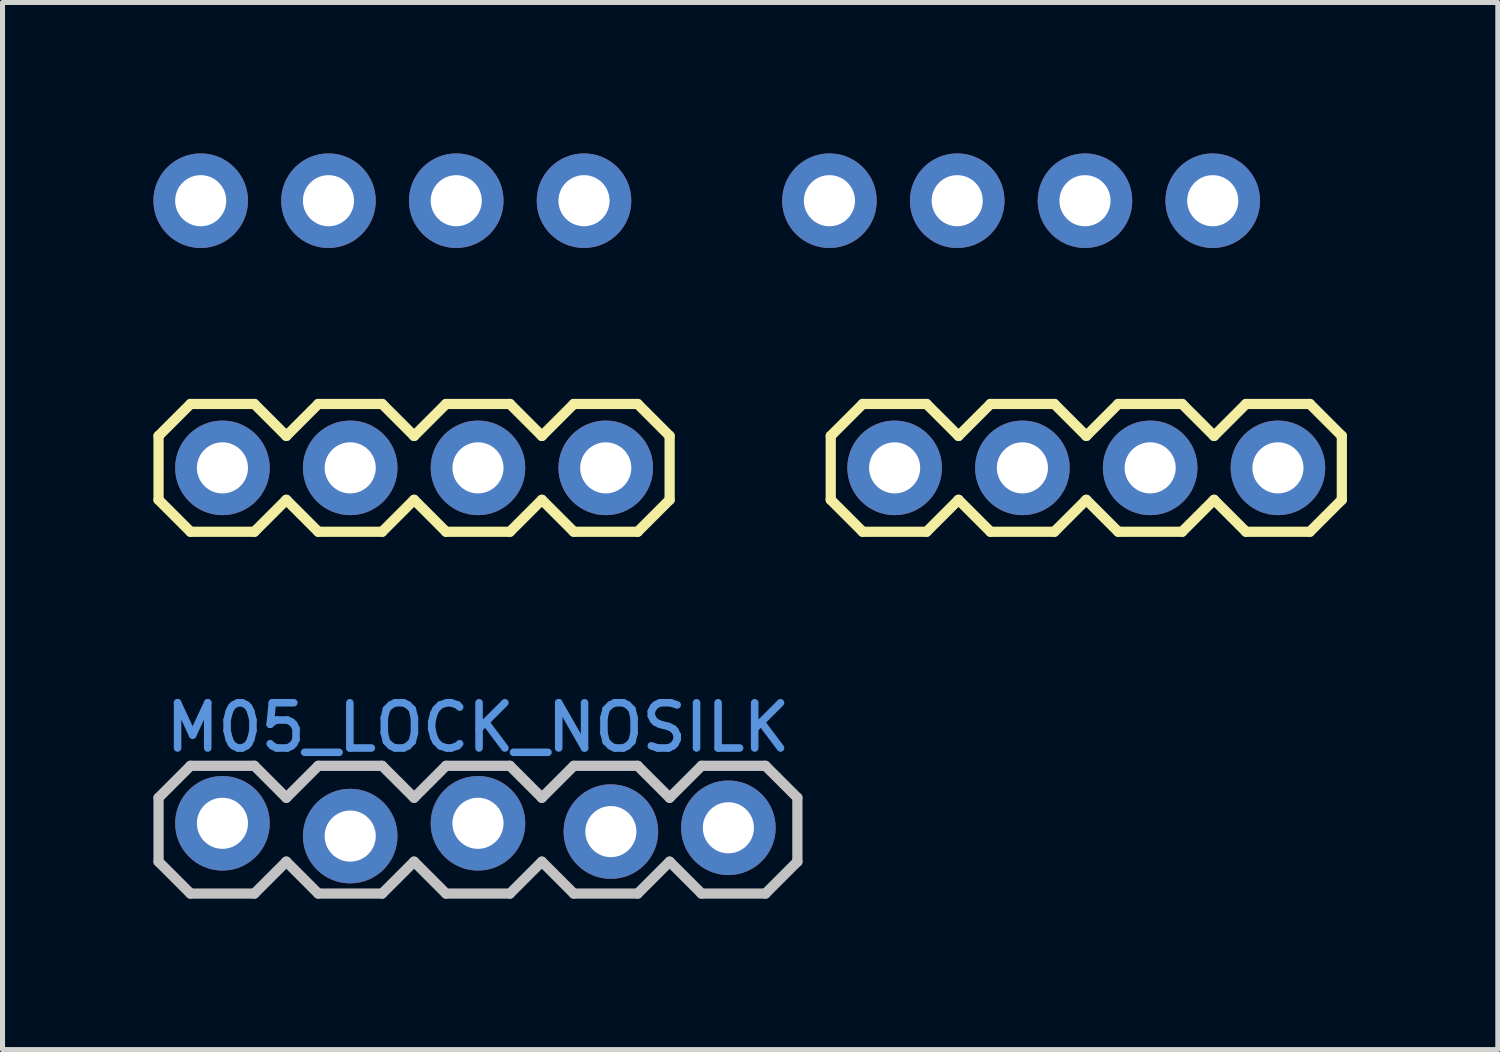
<source format=kicad_pcb>
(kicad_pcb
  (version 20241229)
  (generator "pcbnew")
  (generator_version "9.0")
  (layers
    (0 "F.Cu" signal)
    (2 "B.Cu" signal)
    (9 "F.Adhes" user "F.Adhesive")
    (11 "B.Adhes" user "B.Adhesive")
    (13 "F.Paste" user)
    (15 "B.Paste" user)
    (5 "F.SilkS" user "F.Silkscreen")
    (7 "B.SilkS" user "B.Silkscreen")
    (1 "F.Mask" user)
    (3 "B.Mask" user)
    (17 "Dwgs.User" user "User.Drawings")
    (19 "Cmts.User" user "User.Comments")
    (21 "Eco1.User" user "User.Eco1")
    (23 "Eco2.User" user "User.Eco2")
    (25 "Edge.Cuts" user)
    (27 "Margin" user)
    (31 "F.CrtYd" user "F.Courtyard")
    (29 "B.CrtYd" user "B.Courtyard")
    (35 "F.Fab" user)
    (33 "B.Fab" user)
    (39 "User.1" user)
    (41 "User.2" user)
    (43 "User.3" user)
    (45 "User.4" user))
  (footprint "M04_SILK"
    (layer "F.Cu")
    (at 5.182 6.251)
    (property "Reference" "M04_SILK" (at 0 0 0) (layer "Cmts.User") (effects (font (size 0.001 0.001) (thickness 0.000001))))
    (attr through_hole)
    (fp_line (start -5.08 -0.635) (end -5.08 0.635) (stroke (width 0.203) (type solid)) (layer "F.SilkS"))
    (fp_line (start -5.08 0.635) (end -4.445 1.27) (stroke (width 0.203) (type solid)) (layer "F.SilkS"))
    (fp_line (start -4.445 -1.27) (end -5.08 -0.635) (stroke (width 0.203) (type solid)) (layer "F.SilkS"))
    (fp_line (start -4.445 -1.27) (end -3.175 -1.27) (stroke (width 0.203) (type solid)) (layer "F.SilkS"))
    (fp_line (start -3.175 -1.27) (end -2.54 -0.635) (stroke (width 0.203) (type solid)) (layer "F.SilkS"))
    (fp_line (start -3.175 1.27) (end -4.445 1.27) (stroke (width 0.203) (type solid)) (layer "F.SilkS"))
    (fp_line (start -2.54 -0.635) (end -1.905 -1.27) (stroke (width 0.203) (type solid)) (layer "F.SilkS"))
    (fp_line (start -2.54 0.635) (end -3.175 1.27) (stroke (width 0.203) (type solid)) (layer "F.SilkS"))
    (fp_line (start -1.905 -1.27) (end -0.635 -1.27) (stroke (width 0.203) (type solid)) (layer "F.SilkS"))
    (fp_line (start -1.905 1.27) (end -2.54 0.635) (stroke (width 0.203) (type solid)) (layer "F.SilkS"))
    (fp_line (start -0.635 -1.27) (end 0 -0.635) (stroke (width 0.203) (type solid)) (layer "F.SilkS"))
    (fp_line (start -0.635 1.27) (end -1.905 1.27) (stroke (width 0.203) (type solid)) (layer "F.SilkS"))
    (fp_line (start 0 -0.635) (end 0.635 -1.27) (stroke (width 0.203) (type solid)) (layer "F.SilkS"))
    (fp_line (start 0 0.635) (end -0.635 1.27) (stroke (width 0.203) (type solid)) (layer "F.SilkS"))
    (fp_line (start 0.635 -1.27) (end 1.905 -1.27) (stroke (width 0.203) (type solid)) (layer "F.SilkS"))
    (fp_line (start 0.635 1.27) (end 0 0.635) (stroke (width 0.203) (type solid)) (layer "F.SilkS"))
    (fp_line (start 1.905 -1.27) (end 2.54 -0.635) (stroke (width 0.203) (type solid)) (layer "F.SilkS"))
    (fp_line (start 1.905 1.27) (end 0.635 1.27) (stroke (width 0.203) (type solid)) (layer "F.SilkS"))
    (fp_line (start 2.54 0.635) (end 1.905 1.27) (stroke (width 0.203) (type solid)) (layer "F.SilkS"))
    (fp_line (start 2.54 0.635) (end 3.175 1.27) (stroke (width 0.203) (type solid)) (layer "F.SilkS"))
    (fp_line (start 3.175 -1.27) (end 2.54 -0.635) (stroke (width 0.203) (type solid)) (layer "F.SilkS"))
    (fp_line (start 3.175 -1.27) (end 4.445 -1.27) (stroke (width 0.203) (type solid)) (layer "F.SilkS"))
    (fp_line (start 4.445 -1.27) (end 5.08 -0.635) (stroke (width 0.203) (type solid)) (layer "F.SilkS"))
    (fp_line (start 4.445 1.27) (end 3.175 1.27) (stroke (width 0.203) (type solid)) (layer "F.SilkS"))
    (fp_line (start 5.08 -0.635) (end 5.08 0.635) (stroke (width 0.203) (type solid)) (layer "F.SilkS"))
    (fp_line (start 5.08 0.635) (end 4.445 1.27) (stroke (width 0.203) (type solid)) (layer "F.SilkS"))
    (fp_line (start -4.064 -0.254) (end -4.064 0.254) (stroke (width 0.127) (type solid)) (layer "Cmts.User"))
    (fp_line (start -4.064 0.254) (end -3.556 0.254) (stroke (width 0.127) (type solid)) (layer "Cmts.User"))
    (fp_line (start -3.556 -0.254) (end -4.064 -0.254) (stroke (width 0.127) (type solid)) (layer "Cmts.User"))
    (fp_line (start -3.556 0.254) (end -3.556 -0.254) (stroke (width 0.127) (type solid)) (layer "Cmts.User"))
    (fp_line (start -1.524 -0.254) (end -1.524 0.254) (stroke (width 0.127) (type solid)) (layer "Cmts.User"))
    (fp_line (start -1.524 0.254) (end -1.016 0.254) (stroke (width 0.127) (type solid)) (layer "Cmts.User"))
    (fp_line (start -1.016 -0.254) (end -1.524 -0.254) (stroke (width 0.127) (type solid)) (layer "Cmts.User"))
    (fp_line (start -1.016 0.254) (end -1.016 -0.254) (stroke (width 0.127) (type solid)) (layer "Cmts.User"))
    (fp_line (start 1.016 -0.254) (end 1.016 0.254) (stroke (width 0.127) (type solid)) (layer "Cmts.User"))
    (fp_line (start 1.016 0.254) (end 1.524 0.254) (stroke (width 0.127) (type solid)) (layer "Cmts.User"))
    (fp_line (start 1.524 -0.254) (end 1.016 -0.254) (stroke (width 0.127) (type solid)) (layer "Cmts.User"))
    (fp_line (start 1.524 0.254) (end 1.524 -0.254) (stroke (width 0.127) (type solid)) (layer "Cmts.User"))
    (fp_line (start 3.556 -0.254) (end 3.556 0.254) (stroke (width 0.127) (type solid)) (layer "Cmts.User"))
    (fp_line (start 3.556 0.254) (end 4.064 0.254) (stroke (width 0.127) (type solid)) (layer "Cmts.User"))
    (fp_line (start 4.064 -0.254) (end 3.556 -0.254) (stroke (width 0.127) (type solid)) (layer "Cmts.User"))
    (fp_line (start 4.064 0.254) (end 4.064 -0.254) (stroke (width 0.127) (type solid)) (layer "Cmts.User"))
    (pad "1" thru_hole oval (at -3.81 0 90) (size 1.88 1.88) (drill 1.016) (layers "*.Cu" "*.Mask"))
    (pad "2" thru_hole oval (at -1.27 0 90) (size 1.88 1.88) (drill 1.016) (layers "*.Cu" "*.Mask"))
    (pad "3" thru_hole oval (at 1.27 0 90) (size 1.88 1.88) (drill 1.016) (layers "*.Cu" "*.Mask"))
    (pad "4" thru_hole oval (at 3.81 0 90) (size 1.88 1.88) (drill 1.016) (layers "*.Cu" "*.Mask")))
  (footprint "M04_NOSILK_1SQ"
    (layer "F.Cu")
    (at 17.249 0.94)
    (property "Reference" "M04_NOSILK_1SQ" (at 0 0 0) (layer "Cmts.User") (effects (font (size 0.001 0.001) (thickness 0.000001))))
    (attr through_hole)
    (fp_line (start -4.064 -0.254) (end -4.064 0.254) (stroke (width 0.127) (type solid)) (layer "Cmts.User"))
    (fp_line (start -4.064 0.254) (end -3.556 0.254) (stroke (width 0.127) (type solid)) (layer "Cmts.User"))
    (fp_line (start -3.556 -0.254) (end -4.064 -0.254) (stroke (width 0.127) (type solid)) (layer "Cmts.User"))
    (fp_line (start -3.556 0.254) (end -3.556 -0.254) (stroke (width 0.127) (type solid)) (layer "Cmts.User"))
    (fp_line (start -1.524 -0.254) (end -1.524 0.254) (stroke (width 0.127) (type solid)) (layer "Cmts.User"))
    (fp_line (start -1.524 0.254) (end -1.016 0.254) (stroke (width 0.127) (type solid)) (layer "Cmts.User"))
    (fp_line (start -1.016 -0.254) (end -1.524 -0.254) (stroke (width 0.127) (type solid)) (layer "Cmts.User"))
    (fp_line (start -1.016 0.254) (end -1.016 -0.254) (stroke (width 0.127) (type solid)) (layer "Cmts.User"))
    (fp_line (start 1.016 -0.254) (end 1.016 0.254) (stroke (width 0.127) (type solid)) (layer "Cmts.User"))
    (fp_line (start 1.016 0.254) (end 1.524 0.254) (stroke (width 0.127) (type solid)) (layer "Cmts.User"))
    (fp_line (start 1.524 -0.254) (end 1.016 -0.254) (stroke (width 0.127) (type solid)) (layer "Cmts.User"))
    (fp_line (start 1.524 0.254) (end 1.524 -0.254) (stroke (width 0.127) (type solid)) (layer "Cmts.User"))
    (fp_line (start 3.556 -0.254) (end 3.556 0.254) (stroke (width 0.127) (type solid)) (layer "Cmts.User"))
    (fp_line (start 3.556 0.254) (end 4.064 0.254) (stroke (width 0.127) (type solid)) (layer "Cmts.User"))
    (fp_line (start 4.064 -0.254) (end 3.556 -0.254) (stroke (width 0.127) (type solid)) (layer "Cmts.User"))
    (fp_line (start 4.064 0.254) (end 4.064 -0.254) (stroke (width 0.127) (type solid)) (layer "Cmts.User"))
    (pad "1" thru_hole oval (at -3.81 0 90) (size 1.88 1.88) (drill 1.016) (layers "*.Cu" "*.Mask"))
    (pad "2" thru_hole oval (at -1.27 0 90) (size 1.88 1.88) (drill 1.016) (layers "*.Cu" "*.Mask"))
    (pad "3" thru_hole oval (at 1.27 0 90) (size 1.88 1.88) (drill 1.016) (layers "*.Cu" "*.Mask"))
    (pad "4" thru_hole oval (at 3.81 0 90) (size 1.88 1.88) (drill 1.016) (layers "*.Cu" "*.Mask")))
  (footprint "M05_LOCK_NOSILK"
    (layer "F.Cu")
    (at 6.452 13.444)
    (property "Reference" "M05_LOCK_NOSILK" (at 0 -2.032 0) (layer "Cmts.User") (effects (font (size 0.899 0.899) (thickness 0.15))))
    (attr exclude_from_pos_files exclude_from_bom)
    (fp_line (start -6.35 -0.635) (end -6.35 0.635) (stroke (width 0.203) (type solid)) (layer "Dwgs.User"))
    (fp_line (start -6.35 0.635) (end -5.715 1.27) (stroke (width 0.203) (type solid)) (layer "Dwgs.User"))
    (fp_line (start -5.715 -1.27) (end -6.35 -0.635) (stroke (width 0.203) (type solid)) (layer "Dwgs.User"))
    (fp_line (start -5.715 -1.27) (end -4.445 -1.27) (stroke (width 0.203) (type solid)) (layer "Dwgs.User"))
    (fp_line (start -5.334 -0.254) (end -4.826 -0.254) (stroke (width 0.066) (type solid)) (layer "Dwgs.User"))
    (fp_line (start -5.334 0.254) (end -5.334 -0.254) (stroke (width 0.066) (type solid)) (layer "Dwgs.User"))
    (fp_line (start -5.334 0.254) (end -4.826 0.254) (stroke (width 0.066) (type solid)) (layer "Dwgs.User"))
    (fp_line (start -4.826 0.254) (end -4.826 -0.254) (stroke (width 0.066) (type solid)) (layer "Dwgs.User"))
    (fp_line (start -4.445 -1.27) (end -3.81 -0.635) (stroke (width 0.203) (type solid)) (layer "Dwgs.User"))
    (fp_line (start -4.445 1.27) (end -5.715 1.27) (stroke (width 0.203) (type solid)) (layer "Dwgs.User"))
    (fp_line (start -3.81 -0.635) (end -3.175 -1.27) (stroke (width 0.203) (type solid)) (layer "Dwgs.User"))
    (fp_line (start -3.81 0.635) (end -4.445 1.27) (stroke (width 0.203) (type solid)) (layer "Dwgs.User"))
    (fp_line (start -3.175 -1.27) (end -1.905 -1.27) (stroke (width 0.203) (type solid)) (layer "Dwgs.User"))
    (fp_line (start -3.175 1.27) (end -3.81 0.635) (stroke (width 0.203) (type solid)) (layer "Dwgs.User"))
    (fp_line (start -2.794 -0.254) (end -2.286 -0.254) (stroke (width 0.066) (type solid)) (layer "Dwgs.User"))
    (fp_line (start -2.794 0.254) (end -2.794 -0.254) (stroke (width 0.066) (type solid)) (layer "Dwgs.User"))
    (fp_line (start -2.794 0.254) (end -2.286 0.254) (stroke (width 0.066) (type solid)) (layer "Dwgs.User"))
    (fp_line (start -2.286 0.254) (end -2.286 -0.254) (stroke (width 0.066) (type solid)) (layer "Dwgs.User"))
    (fp_line (start -1.905 -1.27) (end -1.27 -0.635) (stroke (width 0.203) (type solid)) (layer "Dwgs.User"))
    (fp_line (start -1.905 1.27) (end -3.175 1.27) (stroke (width 0.203) (type solid)) (layer "Dwgs.User"))
    (fp_line (start -1.27 -0.635) (end -0.635 -1.27) (stroke (width 0.203) (type solid)) (layer "Dwgs.User"))
    (fp_line (start -1.27 0.635) (end -1.905 1.27) (stroke (width 0.203) (type solid)) (layer "Dwgs.User"))
    (fp_line (start -0.635 -1.27) (end 0.635 -1.27) (stroke (width 0.203) (type solid)) (layer "Dwgs.User"))
    (fp_line (start -0.635 1.27) (end -1.27 0.635) (stroke (width 0.203) (type solid)) (layer "Dwgs.User"))
    (fp_line (start -0.254 -0.254) (end 0.254 -0.254) (stroke (width 0.066) (type solid)) (layer "Dwgs.User"))
    (fp_line (start -0.254 0.254) (end -0.254 -0.254) (stroke (width 0.066) (type solid)) (layer "Dwgs.User"))
    (fp_line (start -0.254 0.254) (end 0.254 0.254) (stroke (width 0.066) (type solid)) (layer "Dwgs.User"))
    (fp_line (start 0.254 0.254) (end 0.254 -0.254) (stroke (width 0.066) (type solid)) (layer "Dwgs.User"))
    (fp_line (start 0.635 -1.27) (end 1.27 -0.635) (stroke (width 0.203) (type solid)) (layer "Dwgs.User"))
    (fp_line (start 0.635 1.27) (end -0.635 1.27) (stroke (width 0.203) (type solid)) (layer "Dwgs.User"))
    (fp_line (start 1.27 0.635) (end 0.635 1.27) (stroke (width 0.203) (type solid)) (layer "Dwgs.User"))
    (fp_line (start 1.27 0.635) (end 1.905 1.27) (stroke (width 0.203) (type solid)) (layer "Dwgs.User"))
    (fp_line (start 1.905 -1.27) (end 1.27 -0.635) (stroke (width 0.203) (type solid)) (layer "Dwgs.User"))
    (fp_line (start 1.905 -1.27) (end 3.175 -1.27) (stroke (width 0.203) (type solid)) (layer "Dwgs.User"))
    (fp_line (start 2.286 -0.254) (end 2.794 -0.254) (stroke (width 0.066) (type solid)) (layer "Dwgs.User"))
    (fp_line (start 2.286 0.254) (end 2.286 -0.254) (stroke (width 0.066) (type solid)) (layer "Dwgs.User"))
    (fp_line (start 2.286 0.254) (end 2.794 0.254) (stroke (width 0.066) (type solid)) (layer "Dwgs.User"))
    (fp_line (start 2.794 0.254) (end 2.794 -0.254) (stroke (width 0.066) (type solid)) (layer "Dwgs.User"))
    (fp_line (start 3.175 -1.27) (end 3.81 -0.635) (stroke (width 0.203) (type solid)) (layer "Dwgs.User"))
    (fp_line (start 3.175 1.27) (end 1.905 1.27) (stroke (width 0.203) (type solid)) (layer "Dwgs.User"))
    (fp_line (start 3.81 -0.635) (end 4.445 -1.27) (stroke (width 0.203) (type solid)) (layer "Dwgs.User"))
    (fp_line (start 3.81 0.635) (end 3.175 1.27) (stroke (width 0.203) (type solid)) (layer "Dwgs.User"))
    (fp_line (start 4.445 -1.27) (end 5.715 -1.27) (stroke (width 0.203) (type solid)) (layer "Dwgs.User"))
    (fp_line (start 4.445 1.27) (end 3.81 0.635) (stroke (width 0.203) (type solid)) (layer "Dwgs.User"))
    (fp_line (start 4.826 -0.254) (end 5.334 -0.254) (stroke (width 0.066) (type solid)) (layer "Dwgs.User"))
    (fp_line (start 4.826 0.254) (end 4.826 -0.254) (stroke (width 0.066) (type solid)) (layer "Dwgs.User"))
    (fp_line (start 4.826 0.254) (end 5.334 0.254) (stroke (width 0.066) (type solid)) (layer "Dwgs.User"))
    (fp_line (start 5.334 0.254) (end 5.334 -0.254) (stroke (width 0.066) (type solid)) (layer "Dwgs.User"))
    (fp_line (start 5.715 -1.27) (end 6.35 -0.635) (stroke (width 0.203) (type solid)) (layer "Dwgs.User"))
    (fp_line (start 5.715 1.27) (end 4.445 1.27) (stroke (width 0.203) (type solid)) (layer "Dwgs.User"))
    (fp_line (start 6.35 -0.635) (end 6.35 0.635) (stroke (width 0.203) (type solid)) (layer "Dwgs.User"))
    (fp_line (start 6.35 0.635) (end 5.715 1.27) (stroke (width 0.203) (type solid)) (layer "Dwgs.User"))
    (pad "1" thru_hole circle (at -5.08 -0.127) (size 1.88 1.88) (drill 1.016) (layers "*.Cu" "*.Mask"))
    (pad "2" thru_hole circle (at -2.54 0.127) (size 1.88 1.88) (drill 1.016) (layers "*.Cu" "*.Mask"))
    (pad "3" thru_hole circle (at 0 -0.127) (size 1.88 1.88) (drill 1.016) (layers "*.Cu" "*.Mask"))
    (pad "4" thru_hole circle (at 2.642 0.038) (size 1.88 1.88) (drill 1.016) (layers "*.Cu" "*.Mask"))
    (pad "5" thru_hole circle (at 4.978 -0.038) (size 1.88 1.88) (drill 1.016) (layers "*.Cu" "*.Mask")))
  (footprint "M04_NOSILK"
    (layer "F.Cu")
    (at 4.75 0.94)
    (property "Reference" "M04_NOSILK" (at 0 0 0) (layer "Cmts.User") (effects (font (size 0.001 0.001) (thickness 0.000001))))
    (attr through_hole)
    (fp_line (start -4.064 -0.254) (end -4.064 0.254) (stroke (width 0.127) (type solid)) (layer "Cmts.User"))
    (fp_line (start -4.064 0.254) (end -3.556 0.254) (stroke (width 0.127) (type solid)) (layer "Cmts.User"))
    (fp_line (start -3.556 -0.254) (end -4.064 -0.254) (stroke (width 0.127) (type solid)) (layer "Cmts.User"))
    (fp_line (start -3.556 0.254) (end -3.556 -0.254) (stroke (width 0.127) (type solid)) (layer "Cmts.User"))
    (fp_line (start -1.524 -0.254) (end -1.524 0.254) (stroke (width 0.127) (type solid)) (layer "Cmts.User"))
    (fp_line (start -1.524 0.254) (end -1.016 0.254) (stroke (width 0.127) (type solid)) (layer "Cmts.User"))
    (fp_line (start -1.016 -0.254) (end -1.524 -0.254) (stroke (width 0.127) (type solid)) (layer "Cmts.User"))
    (fp_line (start -1.016 0.254) (end -1.016 -0.254) (stroke (width 0.127) (type solid)) (layer "Cmts.User"))
    (fp_line (start 1.016 -0.254) (end 1.016 0.254) (stroke (width 0.127) (type solid)) (layer "Cmts.User"))
    (fp_line (start 1.016 0.254) (end 1.524 0.254) (stroke (width 0.127) (type solid)) (layer "Cmts.User"))
    (fp_line (start 1.524 -0.254) (end 1.016 -0.254) (stroke (width 0.127) (type solid)) (layer "Cmts.User"))
    (fp_line (start 1.524 0.254) (end 1.524 -0.254) (stroke (width 0.127) (type solid)) (layer "Cmts.User"))
    (fp_line (start 3.556 -0.254) (end 3.556 0.254) (stroke (width 0.127) (type solid)) (layer "Cmts.User"))
    (fp_line (start 3.556 0.254) (end 4.064 0.254) (stroke (width 0.127) (type solid)) (layer "Cmts.User"))
    (fp_line (start 4.064 -0.254) (end 3.556 -0.254) (stroke (width 0.127) (type solid)) (layer "Cmts.User"))
    (fp_line (start 4.064 0.254) (end 4.064 -0.254) (stroke (width 0.127) (type solid)) (layer "Cmts.User"))
    (pad "1" thru_hole oval (at -3.81 0 90) (size 1.88 1.88) (drill 1.016) (layers "*.Cu" "*.Mask"))
    (pad "2" thru_hole oval (at -1.27 0 90) (size 1.88 1.88) (drill 1.016) (layers "*.Cu" "*.Mask"))
    (pad "3" thru_hole oval (at 1.27 0 90) (size 1.88 1.88) (drill 1.016) (layers "*.Cu" "*.Mask"))
    (pad "4" thru_hole oval (at 3.81 0 90) (size 1.88 1.88) (drill 1.016) (layers "*.Cu" "*.Mask")))
  (footprint "M04_SILK_1SQ"
    (layer "F.Cu")
    (at 18.545 6.251)
    (property "Reference" "M04_SILK_1SQ" (at 0 0 0) (layer "Cmts.User") (effects (font (size 0.001 0.001) (thickness 0.000001))))
    (attr through_hole)
    (fp_line (start -5.08 -0.635) (end -5.08 0.635) (stroke (width 0.203) (type solid)) (layer "F.SilkS"))
    (fp_line (start -5.08 0.635) (end -4.445 1.27) (stroke (width 0.203) (type solid)) (layer "F.SilkS"))
    (fp_line (start -4.445 -1.27) (end -5.08 -0.635) (stroke (width 0.203) (type solid)) (layer "F.SilkS"))
    (fp_line (start -4.445 -1.27) (end -3.175 -1.27) (stroke (width 0.203) (type solid)) (layer "F.SilkS"))
    (fp_line (start -3.175 -1.27) (end -2.54 -0.635) (stroke (width 0.203) (type solid)) (layer "F.SilkS"))
    (fp_line (start -3.175 1.27) (end -4.445 1.27) (stroke (width 0.203) (type solid)) (layer "F.SilkS"))
    (fp_line (start -2.54 -0.635) (end -1.905 -1.27) (stroke (width 0.203) (type solid)) (layer "F.SilkS"))
    (fp_line (start -2.54 0.635) (end -3.175 1.27) (stroke (width 0.203) (type solid)) (layer "F.SilkS"))
    (fp_line (start -1.905 -1.27) (end -0.635 -1.27) (stroke (width 0.203) (type solid)) (layer "F.SilkS"))
    (fp_line (start -1.905 1.27) (end -2.54 0.635) (stroke (width 0.203) (type solid)) (layer "F.SilkS"))
    (fp_line (start -0.635 -1.27) (end 0 -0.635) (stroke (width 0.203) (type solid)) (layer "F.SilkS"))
    (fp_line (start -0.635 1.27) (end -1.905 1.27) (stroke (width 0.203) (type solid)) (layer "F.SilkS"))
    (fp_line (start 0 -0.635) (end 0.635 -1.27) (stroke (width 0.203) (type solid)) (layer "F.SilkS"))
    (fp_line (start 0 0.635) (end -0.635 1.27) (stroke (width 0.203) (type solid)) (layer "F.SilkS"))
    (fp_line (start 0.635 -1.27) (end 1.905 -1.27) (stroke (width 0.203) (type solid)) (layer "F.SilkS"))
    (fp_line (start 0.635 1.27) (end 0 0.635) (stroke (width 0.203) (type solid)) (layer "F.SilkS"))
    (fp_line (start 1.905 -1.27) (end 2.54 -0.635) (stroke (width 0.203) (type solid)) (layer "F.SilkS"))
    (fp_line (start 1.905 1.27) (end 0.635 1.27) (stroke (width 0.203) (type solid)) (layer "F.SilkS"))
    (fp_line (start 2.54 0.635) (end 1.905 1.27) (stroke (width 0.203) (type solid)) (layer "F.SilkS"))
    (fp_line (start 2.54 0.635) (end 3.175 1.27) (stroke (width 0.203) (type solid)) (layer "F.SilkS"))
    (fp_line (start 3.175 -1.27) (end 2.54 -0.635) (stroke (width 0.203) (type solid)) (layer "F.SilkS"))
    (fp_line (start 3.175 -1.27) (end 4.445 -1.27) (stroke (width 0.203) (type solid)) (layer "F.SilkS"))
    (fp_line (start 4.445 -1.27) (end 5.08 -0.635) (stroke (width 0.203) (type solid)) (layer "F.SilkS"))
    (fp_line (start 4.445 1.27) (end 3.175 1.27) (stroke (width 0.203) (type solid)) (layer "F.SilkS"))
    (fp_line (start 5.08 -0.635) (end 5.08 0.635) (stroke (width 0.203) (type solid)) (layer "F.SilkS"))
    (fp_line (start 5.08 0.635) (end 4.445 1.27) (stroke (width 0.203) (type solid)) (layer "F.SilkS"))
    (fp_line (start -4.064 -0.254) (end -4.064 0.254) (stroke (width 0.127) (type solid)) (layer "Cmts.User"))
    (fp_line (start -4.064 0.254) (end -3.556 0.254) (stroke (width 0.127) (type solid)) (layer "Cmts.User"))
    (fp_line (start -3.556 -0.254) (end -4.064 -0.254) (stroke (width 0.127) (type solid)) (layer "Cmts.User"))
    (fp_line (start -3.556 0.254) (end -3.556 -0.254) (stroke (width 0.127) (type solid)) (layer "Cmts.User"))
    (fp_line (start -1.524 -0.254) (end -1.524 0.254) (stroke (width 0.127) (type solid)) (layer "Cmts.User"))
    (fp_line (start -1.524 0.254) (end -1.016 0.254) (stroke (width 0.127) (type solid)) (layer "Cmts.User"))
    (fp_line (start -1.016 -0.254) (end -1.524 -0.254) (stroke (width 0.127) (type solid)) (layer "Cmts.User"))
    (fp_line (start -1.016 0.254) (end -1.016 -0.254) (stroke (width 0.127) (type solid)) (layer "Cmts.User"))
    (fp_line (start 1.016 -0.254) (end 1.016 0.254) (stroke (width 0.127) (type solid)) (layer "Cmts.User"))
    (fp_line (start 1.016 0.254) (end 1.524 0.254) (stroke (width 0.127) (type solid)) (layer "Cmts.User"))
    (fp_line (start 1.524 -0.254) (end 1.016 -0.254) (stroke (width 0.127) (type solid)) (layer "Cmts.User"))
    (fp_line (start 1.524 0.254) (end 1.524 -0.254) (stroke (width 0.127) (type solid)) (layer "Cmts.User"))
    (fp_line (start 3.556 -0.254) (end 3.556 0.254) (stroke (width 0.127) (type solid)) (layer "Cmts.User"))
    (fp_line (start 3.556 0.254) (end 4.064 0.254) (stroke (width 0.127) (type solid)) (layer "Cmts.User"))
    (fp_line (start 4.064 -0.254) (end 3.556 -0.254) (stroke (width 0.127) (type solid)) (layer "Cmts.User"))
    (fp_line (start 4.064 0.254) (end 4.064 -0.254) (stroke (width 0.127) (type solid)) (layer "Cmts.User"))
    (pad "1" thru_hole oval (at -3.81 0 90) (size 1.88 1.88) (drill 1.016) (layers "*.Cu" "*.Mask"))
    (pad "2" thru_hole oval (at -1.27 0 90) (size 1.88 1.88) (drill 1.016) (layers "*.Cu" "*.Mask"))
    (pad "3" thru_hole oval (at 1.27 0 90) (size 1.88 1.88) (drill 1.016) (layers "*.Cu" "*.Mask"))
    (pad "4" thru_hole oval (at 3.81 0 90) (size 1.88 1.88) (drill 1.016) (layers "*.Cu" "*.Mask")))
  (gr_rect
    (start -3 -3)
    (end 26.726 17.815)
    (stroke (width 0.1) (type default))
    (fill no)
    (layer "Edge.Cuts")))
</source>
